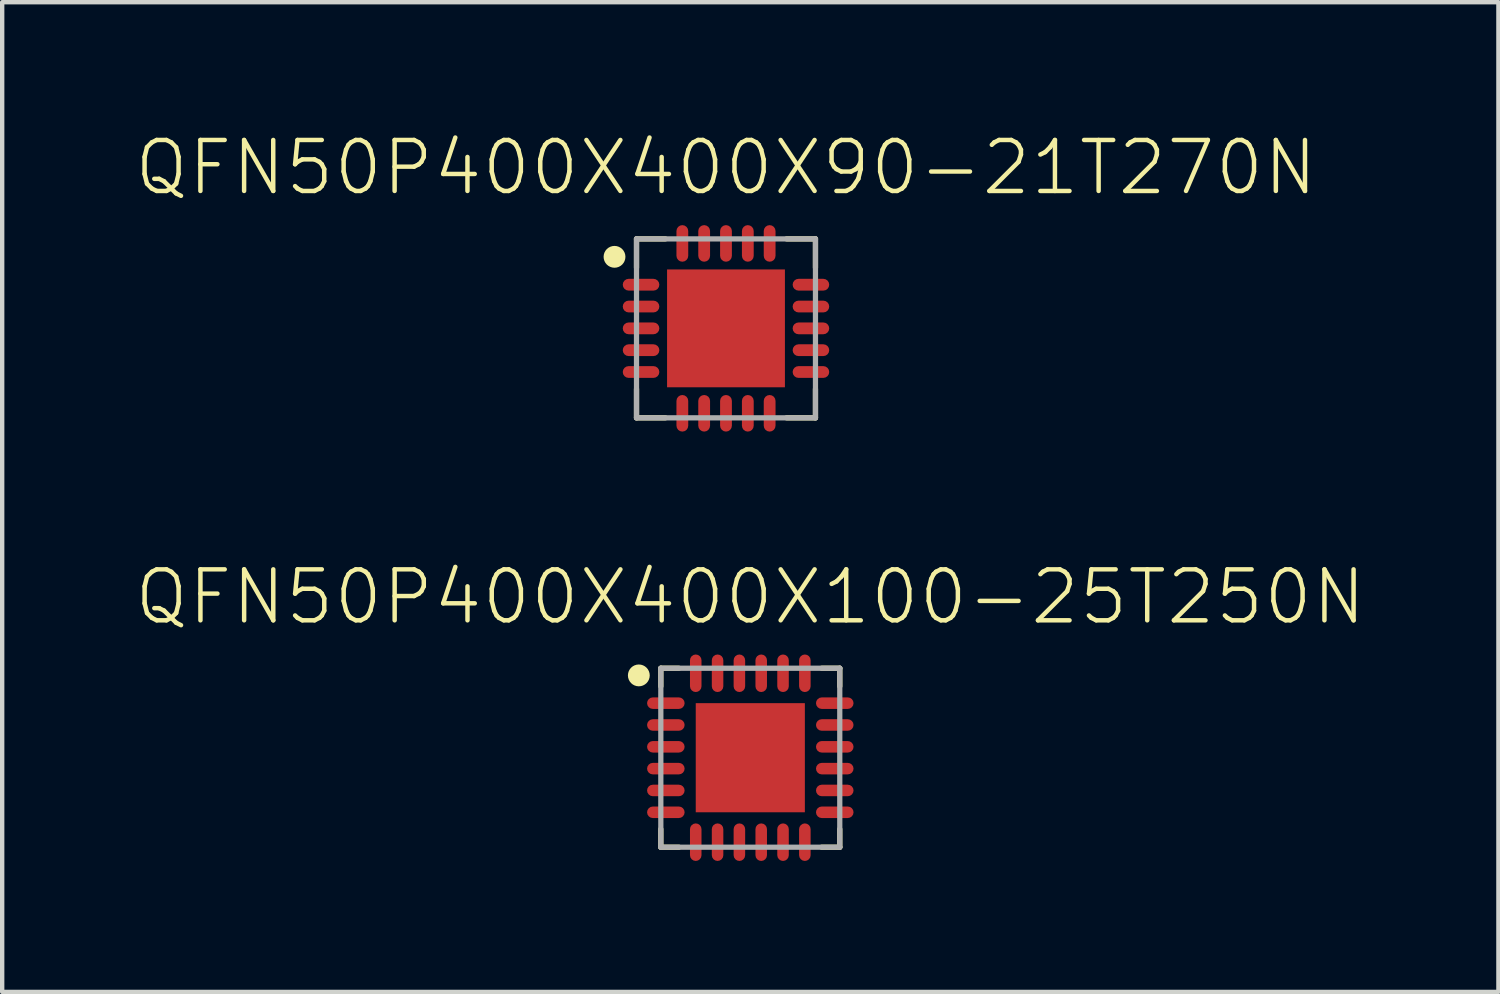
<source format=kicad_pcb>
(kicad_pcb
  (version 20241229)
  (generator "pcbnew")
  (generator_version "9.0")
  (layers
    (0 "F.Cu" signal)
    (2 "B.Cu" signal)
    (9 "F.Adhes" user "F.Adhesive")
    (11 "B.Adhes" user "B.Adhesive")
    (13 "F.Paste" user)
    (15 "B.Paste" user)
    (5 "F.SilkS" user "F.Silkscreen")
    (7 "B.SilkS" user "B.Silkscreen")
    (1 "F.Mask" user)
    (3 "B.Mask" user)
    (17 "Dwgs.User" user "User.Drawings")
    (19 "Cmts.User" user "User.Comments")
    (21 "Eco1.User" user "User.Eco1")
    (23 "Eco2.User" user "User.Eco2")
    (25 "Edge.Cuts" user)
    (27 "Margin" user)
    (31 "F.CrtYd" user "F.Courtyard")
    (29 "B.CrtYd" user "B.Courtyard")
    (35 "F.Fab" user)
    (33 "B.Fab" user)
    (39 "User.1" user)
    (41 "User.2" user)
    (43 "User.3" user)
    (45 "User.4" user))
  (footprint "QFN50P400X400X90-21T270N"
    (layer "F.Cu")
    (at 13.583 4.473)
    (property "Reference" "QFN50P400X400X90-21T270N" (at 0 -3 0) (layer "F.SilkS") (effects (font (size 1.168 1.168) (thickness 0.102)) (justify bottom)))
    (fp_line (start -2.05 -2.05) (end -1.389 -2.05) (stroke (width 0.12) (type solid)) (layer "F.SilkS"))
    (fp_line (start -2.05 -1.389) (end -2.05 -2.05) (stroke (width 0.12) (type solid)) (layer "F.SilkS"))
    (fp_line (start -2.05 1.389) (end -2.05 2.05) (stroke (width 0.12) (type solid)) (layer "F.SilkS"))
    (fp_line (start -2.05 2.05) (end -1.389 2.05) (stroke (width 0.12) (type solid)) (layer "F.SilkS"))
    (fp_line (start 2.05 -2.05) (end 1.389 -2.05) (stroke (width 0.12) (type solid)) (layer "F.SilkS"))
    (fp_line (start 2.05 -1.389) (end 2.05 -2.05) (stroke (width 0.12) (type solid)) (layer "F.SilkS"))
    (fp_line (start 2.05 1.389) (end 2.05 2.05) (stroke (width 0.12) (type solid)) (layer "F.SilkS"))
    (fp_line (start 2.05 2.05) (end 1.389 2.05) (stroke (width 0.12) (type solid)) (layer "F.SilkS"))
    (fp_circle (center -2.554 -1.639) (end -2.429 -1.639) (stroke (width 0.25) (type solid)) (fill no) (layer "F.SilkS"))
    (fp_line (start -2.05 -2.05) (end 2.05 -2.05) (stroke (width 0.12) (type solid)) (layer "F.Fab"))
    (fp_line (start -2.05 2.05) (end -2.05 -2.05) (stroke (width 0.12) (type solid)) (layer "F.Fab"))
    (fp_line (start 2.05 -2.05) (end 2.05 2.05) (stroke (width 0.12) (type solid)) (layer "F.Fab"))
    (fp_line (start 2.05 2.05) (end -2.05 2.05) (stroke (width 0.12) (type solid)) (layer "F.Fab"))
    (pad "1" smd roundrect (at -1.946 -1) (size 0.838 0.27) (layers "F.Cu" "F.Mask" "F.Paste") (roundrect_rratio 0.5))
    (pad "2" smd roundrect (at -1.946 -0.5) (size 0.838 0.27) (layers "F.Cu" "F.Mask" "F.Paste") (roundrect_rratio 0.5))
    (pad "3" smd roundrect (at -1.946 0) (size 0.838 0.27) (layers "F.Cu" "F.Mask" "F.Paste") (roundrect_rratio 0.5))
    (pad "4" smd roundrect (at -1.946 0.5) (size 0.838 0.27) (layers "F.Cu" "F.Mask" "F.Paste") (roundrect_rratio 0.5))
    (pad "5" smd roundrect (at -1.946 1) (size 0.838 0.27) (layers "F.Cu" "F.Mask" "F.Paste") (roundrect_rratio 0.5))
    (pad "6" smd roundrect (at -1 1.946 90) (size 0.838 0.27) (layers "F.Cu" "F.Mask" "F.Paste") (roundrect_rratio 0.5))
    (pad "7" smd roundrect (at -0.5 1.946 90) (size 0.838 0.27) (layers "F.Cu" "F.Mask" "F.Paste") (roundrect_rratio 0.5))
    (pad "8" smd roundrect (at 0 1.946 90) (size 0.838 0.27) (layers "F.Cu" "F.Mask" "F.Paste") (roundrect_rratio 0.5))
    (pad "9" smd roundrect (at 0.5 1.946 90) (size 0.838 0.27) (layers "F.Cu" "F.Mask" "F.Paste") (roundrect_rratio 0.5))
    (pad "10" smd roundrect (at 1 1.946 90) (size 0.838 0.27) (layers "F.Cu" "F.Mask" "F.Paste") (roundrect_rratio 0.5))
    (pad "11" smd roundrect (at 1.946 1) (size 0.838 0.27) (layers "F.Cu" "F.Mask" "F.Paste") (roundrect_rratio 0.5))
    (pad "12" smd roundrect (at 1.946 0.5) (size 0.838 0.27) (layers "F.Cu" "F.Mask" "F.Paste") (roundrect_rratio 0.5))
    (pad "13" smd roundrect (at 1.946 0) (size 0.838 0.27) (layers "F.Cu" "F.Mask" "F.Paste") (roundrect_rratio 0.5))
    (pad "14" smd roundrect (at 1.946 -0.5) (size 0.838 0.27) (layers "F.Cu" "F.Mask" "F.Paste") (roundrect_rratio 0.5))
    (pad "15" smd roundrect (at 1.946 -1) (size 0.838 0.27) (layers "F.Cu" "F.Mask" "F.Paste") (roundrect_rratio 0.5))
    (pad "16" smd roundrect (at 1 -1.946 90) (size 0.838 0.27) (layers "F.Cu" "F.Mask" "F.Paste") (roundrect_rratio 0.5))
    (pad "17" smd roundrect (at 0.5 -1.946 90) (size 0.838 0.27) (layers "F.Cu" "F.Mask" "F.Paste") (roundrect_rratio 0.5))
    (pad "18" smd roundrect (at 0 -1.946 90) (size 0.838 0.27) (layers "F.Cu" "F.Mask" "F.Paste") (roundrect_rratio 0.5))
    (pad "19" smd roundrect (at -0.5 -1.946 90) (size 0.838 0.27) (layers "F.Cu" "F.Mask" "F.Paste") (roundrect_rratio 0.5))
    (pad "20" smd roundrect (at -1 -1.946 90) (size 0.838 0.27) (layers "F.Cu" "F.Mask" "F.Paste") (roundrect_rratio 0.5))
    (pad "21" smd rect (at 0 0) (size 2.7 2.7) (layers "F.Cu" "F.Mask" "F.Paste")))
  (footprint "QFN50P400X400X100-25T250N"
    (layer "F.Cu")
    (at 14.14 14.31)
    (property "Reference" "QFN50P400X400X100-25T250N" (at 0 -3 0) (layer "F.SilkS") (effects (font (size 1.168 1.168) (thickness 0.102)) (justify bottom)))
    (fp_line (start -2.05 -2.05) (end -1.636 -2.05) (stroke (width 0.12) (type solid)) (layer "F.SilkS"))
    (fp_line (start -2.05 -1.636) (end -2.05 -2.05) (stroke (width 0.12) (type solid)) (layer "F.SilkS"))
    (fp_line (start -2.05 1.636) (end -2.05 2.05) (stroke (width 0.12) (type solid)) (layer "F.SilkS"))
    (fp_line (start -2.05 2.05) (end -1.636 2.05) (stroke (width 0.12) (type solid)) (layer "F.SilkS"))
    (fp_line (start 2.05 -2.05) (end 1.636 -2.05) (stroke (width 0.12) (type solid)) (layer "F.SilkS"))
    (fp_line (start 2.05 -1.636) (end 2.05 -2.05) (stroke (width 0.12) (type solid)) (layer "F.SilkS"))
    (fp_line (start 2.05 1.636) (end 2.05 2.05) (stroke (width 0.12) (type solid)) (layer "F.SilkS"))
    (fp_line (start 2.05 2.05) (end 1.636 2.05) (stroke (width 0.12) (type solid)) (layer "F.SilkS"))
    (fp_circle (center -2.554 -1.886) (end -2.429 -1.886) (stroke (width 0.25) (type solid)) (fill no) (layer "F.SilkS"))
    (fp_line (start -2.05 -2.05) (end 2.05 -2.05) (stroke (width 0.12) (type solid)) (layer "F.Fab"))
    (fp_line (start -2.05 2.05) (end -2.05 -2.05) (stroke (width 0.12) (type solid)) (layer "F.Fab"))
    (fp_line (start 2.05 -2.05) (end 2.05 2.05) (stroke (width 0.12) (type solid)) (layer "F.Fab"))
    (fp_line (start 2.05 2.05) (end -2.05 2.05) (stroke (width 0.12) (type solid)) (layer "F.Fab"))
    (pad "1" smd roundrect (at -1.935 -1.25) (size 0.86 0.264) (layers "F.Cu" "F.Mask" "F.Paste") (roundrect_rratio 0.5))
    (pad "2" smd roundrect (at -1.935 -0.75) (size 0.86 0.264) (layers "F.Cu" "F.Mask" "F.Paste") (roundrect_rratio 0.5))
    (pad "3" smd roundrect (at -1.935 -0.25) (size 0.86 0.264) (layers "F.Cu" "F.Mask" "F.Paste") (roundrect_rratio 0.5))
    (pad "4" smd roundrect (at -1.935 0.25) (size 0.86 0.264) (layers "F.Cu" "F.Mask" "F.Paste") (roundrect_rratio 0.5))
    (pad "5" smd roundrect (at -1.935 0.75) (size 0.86 0.264) (layers "F.Cu" "F.Mask" "F.Paste") (roundrect_rratio 0.5))
    (pad "6" smd roundrect (at -1.935 1.25) (size 0.86 0.264) (layers "F.Cu" "F.Mask" "F.Paste") (roundrect_rratio 0.5))
    (pad "7" smd roundrect (at -1.25 1.935 90) (size 0.86 0.264) (layers "F.Cu" "F.Mask" "F.Paste") (roundrect_rratio 0.5))
    (pad "8" smd roundrect (at -0.75 1.935 90) (size 0.86 0.264) (layers "F.Cu" "F.Mask" "F.Paste") (roundrect_rratio 0.5))
    (pad "9" smd roundrect (at -0.25 1.935 90) (size 0.86 0.264) (layers "F.Cu" "F.Mask" "F.Paste") (roundrect_rratio 0.5))
    (pad "10" smd roundrect (at 0.25 1.935 90) (size 0.86 0.264) (layers "F.Cu" "F.Mask" "F.Paste") (roundrect_rratio 0.5))
    (pad "11" smd roundrect (at 0.75 1.935 90) (size 0.86 0.264) (layers "F.Cu" "F.Mask" "F.Paste") (roundrect_rratio 0.5))
    (pad "12" smd roundrect (at 1.25 1.935 90) (size 0.86 0.264) (layers "F.Cu" "F.Mask" "F.Paste") (roundrect_rratio 0.5))
    (pad "13" smd roundrect (at 1.935 1.25) (size 0.86 0.264) (layers "F.Cu" "F.Mask" "F.Paste") (roundrect_rratio 0.5))
    (pad "14" smd roundrect (at 1.935 0.75) (size 0.86 0.264) (layers "F.Cu" "F.Mask" "F.Paste") (roundrect_rratio 0.5))
    (pad "15" smd roundrect (at 1.935 0.25) (size 0.86 0.264) (layers "F.Cu" "F.Mask" "F.Paste") (roundrect_rratio 0.5))
    (pad "16" smd roundrect (at 1.935 -0.25) (size 0.86 0.264) (layers "F.Cu" "F.Mask" "F.Paste") (roundrect_rratio 0.5))
    (pad "17" smd roundrect (at 1.935 -0.75) (size 0.86 0.264) (layers "F.Cu" "F.Mask" "F.Paste") (roundrect_rratio 0.5))
    (pad "18" smd roundrect (at 1.935 -1.25) (size 0.86 0.264) (layers "F.Cu" "F.Mask" "F.Paste") (roundrect_rratio 0.5))
    (pad "19" smd roundrect (at 1.25 -1.935 90) (size 0.86 0.264) (layers "F.Cu" "F.Mask" "F.Paste") (roundrect_rratio 0.5))
    (pad "20" smd roundrect (at 0.75 -1.935 90) (size 0.86 0.264) (layers "F.Cu" "F.Mask" "F.Paste") (roundrect_rratio 0.5))
    (pad "21" smd roundrect (at 0.25 -1.935 90) (size 0.86 0.264) (layers "F.Cu" "F.Mask" "F.Paste") (roundrect_rratio 0.5))
    (pad "22" smd roundrect (at -0.25 -1.935 90) (size 0.86 0.264) (layers "F.Cu" "F.Mask" "F.Paste") (roundrect_rratio 0.5))
    (pad "23" smd roundrect (at -0.75 -1.935 90) (size 0.86 0.264) (layers "F.Cu" "F.Mask" "F.Paste") (roundrect_rratio 0.5))
    (pad "24" smd roundrect (at -1.25 -1.935 90) (size 0.86 0.264) (layers "F.Cu" "F.Mask" "F.Paste") (roundrect_rratio 0.5))
    (pad "25" smd rect (at 0 0) (size 2.5 2.5) (layers "F.Cu" "F.Mask" "F.Paste")))
  (gr_rect
    (start -3 -3)
    (end 31.28 19.675)
    (stroke (width 0.1) (type default))
    (fill no)
    (layer "Edge.Cuts")))
</source>
